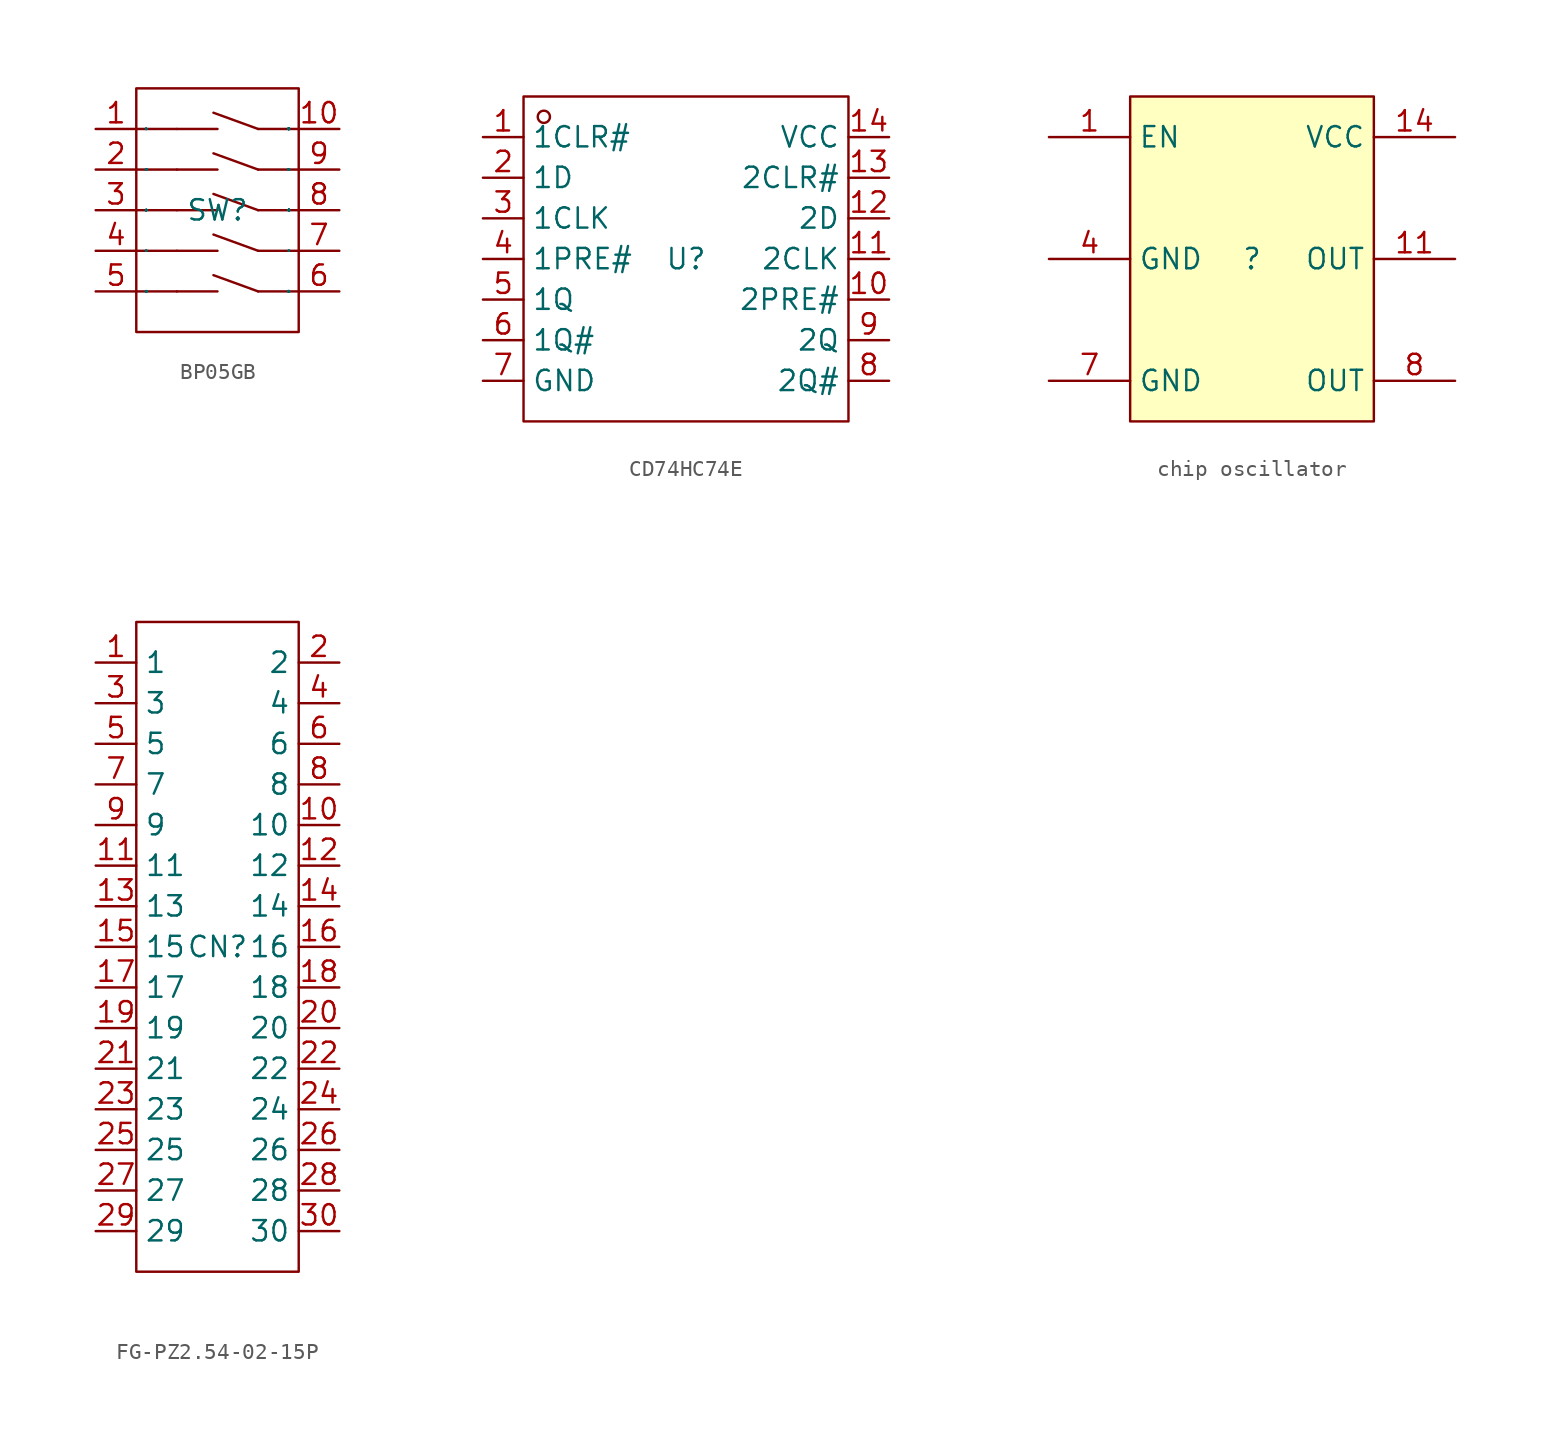
<source format=kicad_sym>
(kicad_symbol_lib
  (version 20241209)
  (generator "kicad_symbol_editor")
  (generator_version "9.0")
  (symbol "BP05GB"
    (property "Reference" "SW"
      (at 0 0 0)
      (effects (font (size 1.27 1.27))))
    (property "Value" ""
      (at 0 0 0)
      (effects (font (size 1.27 1.27))))
    (symbol "BP05GB_1_0"
      (rectangle (start -5.08 -7.62) (end 5.08 7.62) (stroke (width 0) (type default)) (fill (type none)))
      (polyline (pts (xy -2.54 5.08) (xy -5.08 5.08)) (stroke (width 0) (type default)) (fill (type none)))
      (polyline (pts (xy -2.54 5.08) (xy 0 5.08)) (stroke (width 0) (type default)) (fill (type none)))
      (polyline (pts (xy -2.54 2.54) (xy -5.08 2.54)) (stroke (width 0) (type default)) (fill (type none)))
      (polyline (pts (xy -2.54 2.54) (xy 0 2.54)) (stroke (width 0) (type default)) (fill (type none)))
      (polyline (pts (xy -2.54 0) (xy -5.08 0)) (stroke (width 0) (type default)) (fill (type none)))
      (polyline (pts (xy -2.54 0) (xy 0 0)) (stroke (width 0) (type default)) (fill (type none)))
      (polyline (pts (xy -2.54 -2.54) (xy -5.08 -2.54)) (stroke (width 0) (type default)) (fill (type none)))
      (polyline (pts (xy -2.54 -2.54) (xy 0 -2.54)) (stroke (width 0) (type default)) (fill (type none)))
      (polyline (pts (xy -2.54 -5.08) (xy -5.08 -5.08)) (stroke (width 0) (type default)) (fill (type none)))
      (polyline (pts (xy -2.54 -5.08) (xy 0 -5.08)) (stroke (width 0) (type default)) (fill (type none)))
      (polyline (pts (xy 2.54 5.08) (xy -0.254 6.096)) (stroke (width 0) (type default)) (fill (type none)))
      (polyline (pts (xy 2.54 2.54) (xy -0.254 3.556)) (stroke (width 0) (type default)) (fill (type none)))
      (polyline (pts (xy 2.54 0) (xy -0.254 1.016)) (stroke (width 0) (type default)) (fill (type none)))
      (polyline (pts (xy 2.54 -2.54) (xy -0.254 -1.524)) (stroke (width 0) (type default)) (fill (type none)))
      (polyline (pts (xy 2.54 -5.08) (xy -0.254 -4.064)) (stroke (width 0) (type default)) (fill (type none)))
      (polyline (pts (xy 5.08 5.08) (xy 2.54 5.08)) (stroke (width 0) (type default)) (fill (type none)))
      (polyline (pts (xy 5.08 2.54) (xy 2.54 2.54)) (stroke (width 0) (type default)) (fill (type none)))
      (polyline (pts (xy 5.08 0) (xy 2.54 0)) (stroke (width 0) (type default)) (fill (type none)))
      (polyline (pts (xy 5.08 -2.54) (xy 2.54 -2.54)) (stroke (width 0) (type default)) (fill (type none)))
      (polyline (pts (xy 5.08 -5.08) (xy 2.54 -5.08)) (stroke (width 0) (type default)) (fill (type none)))
      (pin unspecified line (at -7.62 5.08 0) (length 2.54) (name "1" (effects (font (size 0.025 0.025)))) (number "1" (effects (font (size 1.27 1.27)))))
      (pin unspecified line (at -7.62 2.54 0) (length 2.54) (name "2" (effects (font (size 0.025 0.025)))) (number "2" (effects (font (size 1.27 1.27)))))
      (pin unspecified line (at -7.62 0 0) (length 2.54) (name "3" (effects (font (size 0.025 0.025)))) (number "3" (effects (font (size 1.27 1.27)))))
      (pin unspecified line (at -7.62 -2.54 0) (length 2.54) (name "4" (effects (font (size 0.025 0.025)))) (number "4" (effects (font (size 1.27 1.27)))))
      (pin unspecified line (at -7.62 -5.08 0) (length 2.54) (name "5" (effects (font (size 0.025 0.025)))) (number "5" (effects (font (size 1.27 1.27)))))
      (pin unspecified line (at 7.62 5.08 180) (length 2.54) (name "10" (effects (font (size 0.025 0.025)))) (number "10" (effects (font (size 1.27 1.27)))))
      (pin unspecified line (at 7.62 2.54 180) (length 2.54) (name "9" (effects (font (size 0.025 0.025)))) (number "9" (effects (font (size 1.27 1.27)))))
      (pin unspecified line (at 7.62 0 180) (length 2.54) (name "8" (effects (font (size 0.025 0.025)))) (number "8" (effects (font (size 1.27 1.27)))))
      (pin unspecified line (at 7.62 -2.54 180) (length 2.54) (name "7" (effects (font (size 0.025 0.025)))) (number "7" (effects (font (size 1.27 1.27)))))
      (pin unspecified line (at 7.62 -5.08 180) (length 2.54) (name "6" (effects (font (size 0.025 0.025)))) (number "6" (effects (font (size 1.27 1.27)))))))
  (symbol "CD74HC74E"
    (property "Reference" "U"
      (at 0 0 0)
      (effects (font (size 1.27 1.27))))
    (property "Value" ""
      (at 0 0 0)
      (effects (font (size 1.27 1.27))))
    (symbol "CD74HC74E_1_0"
      (rectangle (start -10.16 -10.16) (end 10.16 10.16) (stroke (width 0) (type default)) (fill (type none)))
      (circle (center -8.89 8.89) (radius 0.381) (stroke (width 0) (type default)) (fill (type none)))
      (pin unspecified line (at -12.7 7.62 0) (length 2.54) (name "1CLR#" (effects (font (size 1.27 1.27)))) (number "1" (effects (font (size 1.27 1.27)))))
      (pin unspecified line (at -12.7 5.08 0) (length 2.54) (name "1D" (effects (font (size 1.27 1.27)))) (number "2" (effects (font (size 1.27 1.27)))))
      (pin unspecified line (at -12.7 2.54 0) (length 2.54) (name "1CLK" (effects (font (size 1.27 1.27)))) (number "3" (effects (font (size 1.27 1.27)))))
      (pin unspecified line (at -12.7 0 0) (length 2.54) (name "1PRE#" (effects (font (size 1.27 1.27)))) (number "4" (effects (font (size 1.27 1.27)))))
      (pin unspecified line (at -12.7 -2.54 0) (length 2.54) (name "1Q" (effects (font (size 1.27 1.27)))) (number "5" (effects (font (size 1.27 1.27)))))
      (pin unspecified line (at -12.7 -5.08 0) (length 2.54) (name "1Q#" (effects (font (size 1.27 1.27)))) (number "6" (effects (font (size 1.27 1.27)))))
      (pin unspecified line (at -12.7 -7.62 0) (length 2.54) (name "GND" (effects (font (size 1.27 1.27)))) (number "7" (effects (font (size 1.27 1.27)))))
      (pin unspecified line (at 12.7 7.62 180) (length 2.54) (name "VCC" (effects (font (size 1.27 1.27)))) (number "14" (effects (font (size 1.27 1.27)))))
      (pin unspecified line (at 12.7 5.08 180) (length 2.54) (name "2CLR#" (effects (font (size 1.27 1.27)))) (number "13" (effects (font (size 1.27 1.27)))))
      (pin unspecified line (at 12.7 2.54 180) (length 2.54) (name "2D" (effects (font (size 1.27 1.27)))) (number "12" (effects (font (size 1.27 1.27)))))
      (pin unspecified line (at 12.7 0 180) (length 2.54) (name "2CLK" (effects (font (size 1.27 1.27)))) (number "11" (effects (font (size 1.27 1.27)))))
      (pin unspecified line (at 12.7 -2.54 180) (length 2.54) (name "2PRE#" (effects (font (size 1.27 1.27)))) (number "10" (effects (font (size 1.27 1.27)))))
      (pin unspecified line (at 12.7 -5.08 180) (length 2.54) (name "2Q" (effects (font (size 1.27 1.27)))) (number "9" (effects (font (size 1.27 1.27)))))
      (pin unspecified line (at 12.7 -7.62 180) (length 2.54) (name "2Q#" (effects (font (size 1.27 1.27)))) (number "8" (effects (font (size 1.27 1.27)))))))
  (symbol "chip oscillator"
    (property "Reference" ""
      (at 0 0 0)
      (effects (font (size 1.27 1.27))))
    (property "Value" ""
      (at 0 0 0)
      (effects (font (size 1.27 1.27))))
    (symbol "chip oscillator_1_0"
      (rectangle (start -7.62 10.16) (end 7.62 -10.16) (stroke (width 0) (type default)) (fill (type background)))
      (pin input line (at -12.7 7.62 0) (length 5.08) (name "EN" (effects (font (size 1.27 1.27)))) (number "1" (effects (font (size 1.27 1.27)))))
      (pin power_in line (at -12.7 0 0) (length 5.08) (name "GND" (effects (font (size 1.27 1.27)))) (number "4" (effects (font (size 1.27 1.27)))))
      (pin power_in line (at -12.7 -7.62 0) (length 5.08) (name "GND" (effects (font (size 1.27 1.27)))) (number "7" (effects (font (size 1.27 1.27)))))
      (pin power_in line (at 12.7 7.62 180) (length 5.08) (name "VCC" (effects (font (size 1.27 1.27)))) (number "14" (effects (font (size 1.27 1.27)))))
      (pin output line (at 12.7 0 180) (length 5.08) (name "OUT" (effects (font (size 1.27 1.27)))) (number "11" (effects (font (size 1.27 1.27)))))
      (pin output line (at 12.7 -7.62 180) (length 5.08) (name "OUT" (effects (font (size 1.27 1.27)))) (number "8" (effects (font (size 1.27 1.27)))))))
  (symbol "FG-PZ2.54-02-15P"
    (property "Reference" "CN"
      (at 0 0 0)
      (effects (font (size 1.27 1.27))))
    (property "Value" ""
      (at 0 0 0)
      (effects (font (size 1.27 1.27))))
    (symbol "FG-PZ2.54-02-15P_1_0"
      (rectangle (start -5.08 20.32) (end 5.08 -20.32) (stroke (width 0) (type default)) (fill (type none)))
      (pin unspecified line (at -7.62 17.78 0) (length 2.54) (name "1" (effects (font (size 1.27 1.27)))) (number "1" (effects (font (size 1.27 1.27)))))
      (pin unspecified line (at -7.62 15.24 0) (length 2.54) (name "3" (effects (font (size 1.27 1.27)))) (number "3" (effects (font (size 1.27 1.27)))))
      (pin unspecified line (at -7.62 12.7 0) (length 2.54) (name "5" (effects (font (size 1.27 1.27)))) (number "5" (effects (font (size 1.27 1.27)))))
      (pin unspecified line (at -7.62 10.16 0) (length 2.54) (name "7" (effects (font (size 1.27 1.27)))) (number "7" (effects (font (size 1.27 1.27)))))
      (pin unspecified line (at -7.62 7.62 0) (length 2.54) (name "9" (effects (font (size 1.27 1.27)))) (number "9" (effects (font (size 1.27 1.27)))))
      (pin unspecified line (at -7.62 5.08 0) (length 2.54) (name "11" (effects (font (size 1.27 1.27)))) (number "11" (effects (font (size 1.27 1.27)))))
      (pin unspecified line (at -7.62 2.54 0) (length 2.54) (name "13" (effects (font (size 1.27 1.27)))) (number "13" (effects (font (size 1.27 1.27)))))
      (pin unspecified line (at -7.62 0 0) (length 2.54) (name "15" (effects (font (size 1.27 1.27)))) (number "15" (effects (font (size 1.27 1.27)))))
      (pin unspecified line (at -7.62 -2.54 0) (length 2.54) (name "17" (effects (font (size 1.27 1.27)))) (number "17" (effects (font (size 1.27 1.27)))))
      (pin unspecified line (at -7.62 -5.08 0) (length 2.54) (name "19" (effects (font (size 1.27 1.27)))) (number "19" (effects (font (size 1.27 1.27)))))
      (pin unspecified line (at -7.62 -7.62 0) (length 2.54) (name "21" (effects (font (size 1.27 1.27)))) (number "21" (effects (font (size 1.27 1.27)))))
      (pin unspecified line (at -7.62 -10.16 0) (length 2.54) (name "23" (effects (font (size 1.27 1.27)))) (number "23" (effects (font (size 1.27 1.27)))))
      (pin unspecified line (at -7.62 -12.7 0) (length 2.54) (name "25" (effects (font (size 1.27 1.27)))) (number "25" (effects (font (size 1.27 1.27)))))
      (pin unspecified line (at -7.62 -15.24 0) (length 2.54) (name "27" (effects (font (size 1.27 1.27)))) (number "27" (effects (font (size 1.27 1.27)))))
      (pin unspecified line (at -7.62 -17.78 0) (length 2.54) (name "29" (effects (font (size 1.27 1.27)))) (number "29" (effects (font (size 1.27 1.27)))))
      (pin unspecified line (at 7.62 17.78 180) (length 2.54) (name "2" (effects (font (size 1.27 1.27)))) (number "2" (effects (font (size 1.27 1.27)))))
      (pin unspecified line (at 7.62 15.24 180) (length 2.54) (name "4" (effects (font (size 1.27 1.27)))) (number "4" (effects (font (size 1.27 1.27)))))
      (pin unspecified line (at 7.62 12.7 180) (length 2.54) (name "6" (effects (font (size 1.27 1.27)))) (number "6" (effects (font (size 1.27 1.27)))))
      (pin unspecified line (at 7.62 10.16 180) (length 2.54) (name "8" (effects (font (size 1.27 1.27)))) (number "8" (effects (font (size 1.27 1.27)))))
      (pin unspecified line (at 7.62 7.62 180) (length 2.54) (name "10" (effects (font (size 1.27 1.27)))) (number "10" (effects (font (size 1.27 1.27)))))
      (pin unspecified line (at 7.62 5.08 180) (length 2.54) (name "12" (effects (font (size 1.27 1.27)))) (number "12" (effects (font (size 1.27 1.27)))))
      (pin unspecified line (at 7.62 2.54 180) (length 2.54) (name "14" (effects (font (size 1.27 1.27)))) (number "14" (effects (font (size 1.27 1.27)))))
      (pin unspecified line (at 7.62 0 180) (length 2.54) (name "16" (effects (font (size 1.27 1.27)))) (number "16" (effects (font (size 1.27 1.27)))))
      (pin unspecified line (at 7.62 -2.54 180) (length 2.54) (name "18" (effects (font (size 1.27 1.27)))) (number "18" (effects (font (size 1.27 1.27)))))
      (pin unspecified line (at 7.62 -5.08 180) (length 2.54) (name "20" (effects (font (size 1.27 1.27)))) (number "20" (effects (font (size 1.27 1.27)))))
      (pin unspecified line (at 7.62 -7.62 180) (length 2.54) (name "22" (effects (font (size 1.27 1.27)))) (number "22" (effects (font (size 1.27 1.27)))))
      (pin unspecified line (at 7.62 -10.16 180) (length 2.54) (name "24" (effects (font (size 1.27 1.27)))) (number "24" (effects (font (size 1.27 1.27)))))
      (pin unspecified line (at 7.62 -12.7 180) (length 2.54) (name "26" (effects (font (size 1.27 1.27)))) (number "26" (effects (font (size 1.27 1.27)))))
      (pin unspecified line (at 7.62 -15.24 180) (length 2.54) (name "28" (effects (font (size 1.27 1.27)))) (number "28" (effects (font (size 1.27 1.27)))))
      (pin unspecified line (at 7.62 -17.78 180) (length 2.54) (name "30" (effects (font (size 1.27 1.27)))) (number "30" (effects (font (size 1.27 1.27))))))))
</source>
